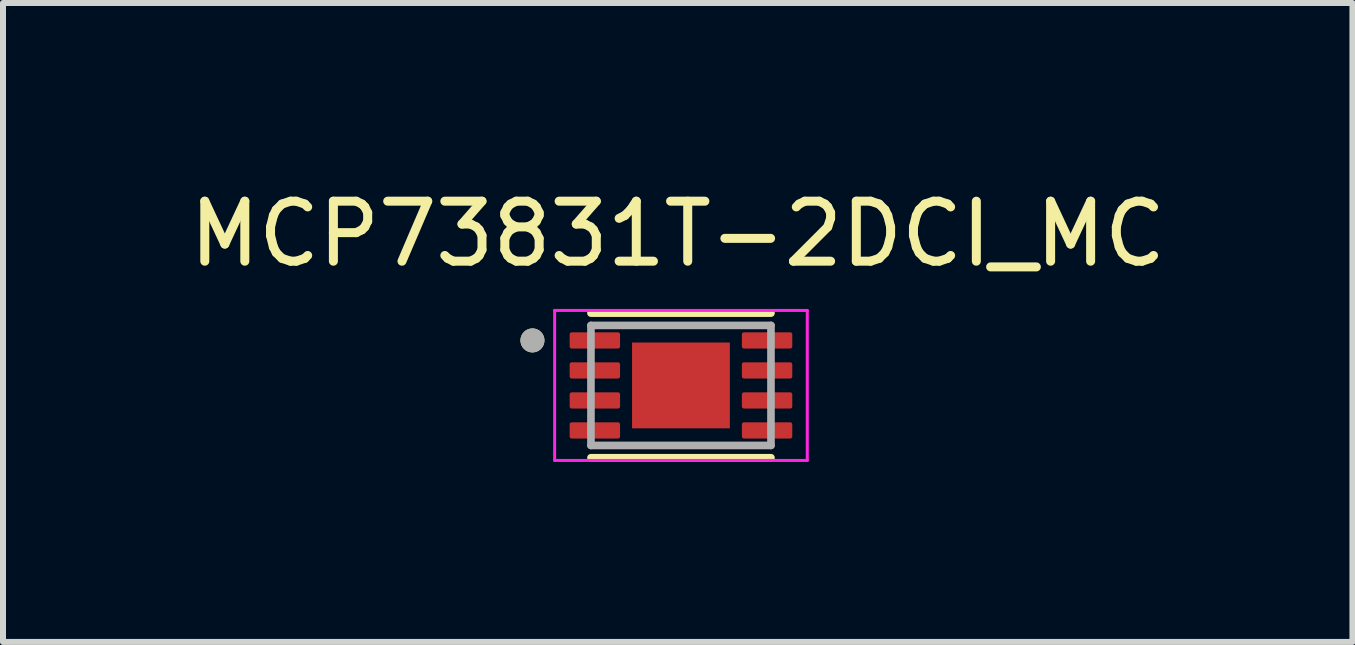
<source format=kicad_pcb>
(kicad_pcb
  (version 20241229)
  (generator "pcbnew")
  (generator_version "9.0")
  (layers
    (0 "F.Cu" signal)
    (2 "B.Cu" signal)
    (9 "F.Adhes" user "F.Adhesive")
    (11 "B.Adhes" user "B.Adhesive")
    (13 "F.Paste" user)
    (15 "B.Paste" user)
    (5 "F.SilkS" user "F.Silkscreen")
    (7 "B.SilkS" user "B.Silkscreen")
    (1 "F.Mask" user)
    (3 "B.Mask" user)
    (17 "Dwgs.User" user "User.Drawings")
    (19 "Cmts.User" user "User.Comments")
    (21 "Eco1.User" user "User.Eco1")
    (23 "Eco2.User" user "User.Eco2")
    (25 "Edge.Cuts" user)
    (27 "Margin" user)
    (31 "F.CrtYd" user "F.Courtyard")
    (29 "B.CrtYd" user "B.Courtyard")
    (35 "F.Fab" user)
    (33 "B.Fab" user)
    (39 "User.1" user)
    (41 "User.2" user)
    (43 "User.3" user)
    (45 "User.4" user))
  (footprint "MCP73831T-2DCI_MC"
    (layer "F.Cu")
    (at 8.298 3.373)
    (property "Reference" "MCP73831T-2DCI_MC" (at -0.054 -2.525 0) (layer "F.SilkS") (effects (font (size 1 1) (thickness 0.15))))
    (attr smd)
    (fp_line (start -1.5 -1.205) (end 1.5 -1.205) (stroke (width 0.127) (type solid)) (layer "F.SilkS"))
    (fp_line (start -1.5 1.205) (end 1.5 1.205) (stroke (width 0.127) (type solid)) (layer "F.SilkS"))
    (fp_circle (center -2.475 -0.75) (end -2.375 -0.75) (stroke (width 0.2) (type solid)) (fill no) (layer "F.SilkS"))
    (fp_poly (pts (xy -0.51 -0.45) (xy 0.51 -0.45) (xy 0.51 0.45) (xy -0.51 0.45)) (stroke (width 0.01) (type solid)) (fill yes) (layer "F.Paste"))
    (fp_line (start -2.105 -1.25) (end -2.105 1.25) (stroke (width 0.05) (type solid)) (layer "F.CrtYd"))
    (fp_line (start -2.105 -1.25) (end 2.105 -1.25) (stroke (width 0.05) (type solid)) (layer "F.CrtYd"))
    (fp_line (start -2.105 1.25) (end 2.105 1.25) (stroke (width 0.05) (type solid)) (layer "F.CrtYd"))
    (fp_line (start 2.105 -1.25) (end 2.105 1.25) (stroke (width 0.05) (type solid)) (layer "F.CrtYd"))
    (fp_line (start -1.5 -1) (end -1.5 1) (stroke (width 0.127) (type solid)) (layer "F.Fab"))
    (fp_line (start -1.5 -1) (end 1.5 -1) (stroke (width 0.127) (type solid)) (layer "F.Fab"))
    (fp_line (start -1.5 1) (end 1.5 1) (stroke (width 0.127) (type solid)) (layer "F.Fab"))
    (fp_line (start 1.5 -1) (end 1.5 1) (stroke (width 0.127) (type solid)) (layer "F.Fab"))
    (fp_circle (center -2.475 -0.75) (end -2.375 -0.75) (stroke (width 0.2) (type solid)) (fill no) (layer "F.Fab"))
    (pad "1" smd roundrect (at -1.435 -0.75) (size 0.84 0.27) (layers "F.Cu" "F.Mask" "F.Paste") (roundrect_rratio 0.125))
    (pad "2" smd roundrect (at -1.435 -0.25) (size 0.84 0.27) (layers "F.Cu" "F.Mask" "F.Paste") (roundrect_rratio 0.125))
    (pad "3" smd roundrect (at -1.435 0.25) (size 0.84 0.27) (layers "F.Cu" "F.Mask" "F.Paste") (roundrect_rratio 0.125))
    (pad "4" smd roundrect (at -1.435 0.75) (size 0.84 0.27) (layers "F.Cu" "F.Mask" "F.Paste") (roundrect_rratio 0.125))
    (pad "5" smd roundrect (at 1.435 0.75) (size 0.84 0.27) (layers "F.Cu" "F.Mask" "F.Paste") (roundrect_rratio 0.125))
    (pad "6" smd roundrect (at 1.435 0.25) (size 0.84 0.27) (layers "F.Cu" "F.Mask" "F.Paste") (roundrect_rratio 0.125))
    (pad "7" smd roundrect (at 1.435 -0.25) (size 0.84 0.27) (layers "F.Cu" "F.Mask" "F.Paste") (roundrect_rratio 0.125))
    (pad "8" smd roundrect (at 1.435 -0.75) (size 0.84 0.27) (layers "F.Cu" "F.Mask" "F.Paste") (roundrect_rratio 0.125))
    (pad "9" smd rect (at 0 0) (size 1.63 1.43) (layers "F.Cu" "F.Mask")))
  (gr_rect
    (start -3 -3)
    (end 19.488 7.648)
    (stroke (width 0.1) (type default))
    (fill no)
    (layer "Edge.Cuts")))
</source>
